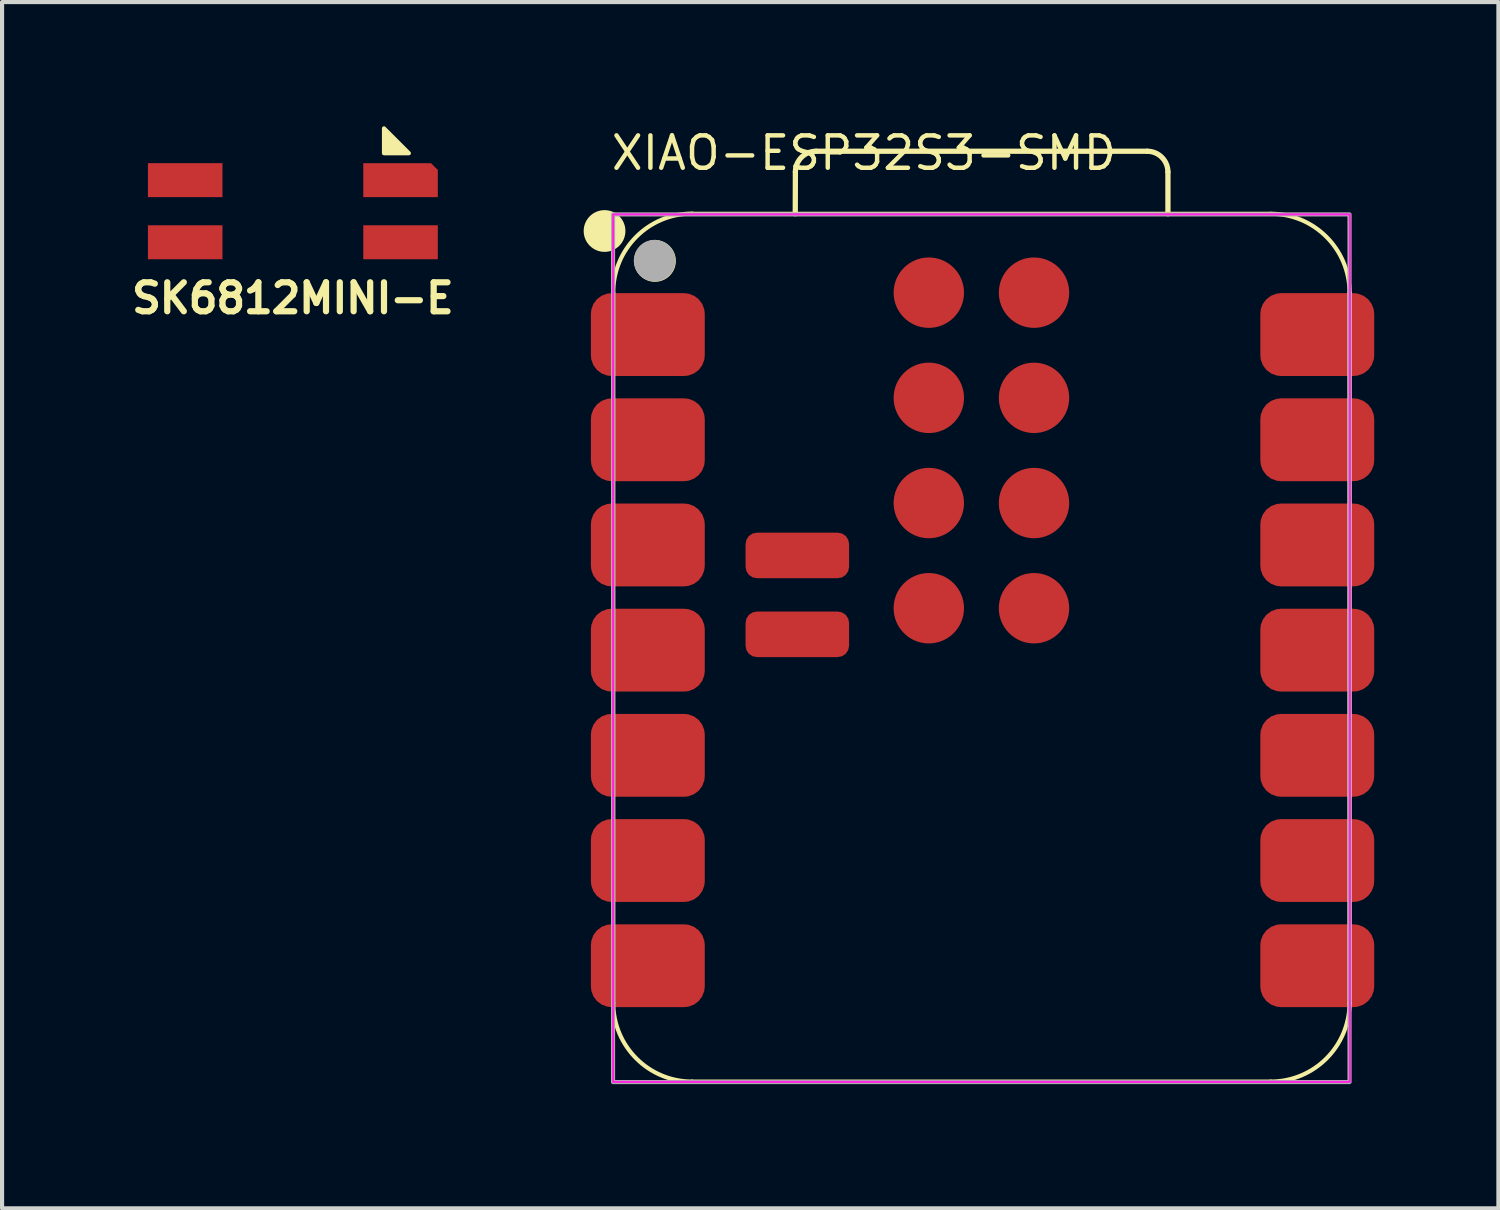
<source format=kicad_pcb>
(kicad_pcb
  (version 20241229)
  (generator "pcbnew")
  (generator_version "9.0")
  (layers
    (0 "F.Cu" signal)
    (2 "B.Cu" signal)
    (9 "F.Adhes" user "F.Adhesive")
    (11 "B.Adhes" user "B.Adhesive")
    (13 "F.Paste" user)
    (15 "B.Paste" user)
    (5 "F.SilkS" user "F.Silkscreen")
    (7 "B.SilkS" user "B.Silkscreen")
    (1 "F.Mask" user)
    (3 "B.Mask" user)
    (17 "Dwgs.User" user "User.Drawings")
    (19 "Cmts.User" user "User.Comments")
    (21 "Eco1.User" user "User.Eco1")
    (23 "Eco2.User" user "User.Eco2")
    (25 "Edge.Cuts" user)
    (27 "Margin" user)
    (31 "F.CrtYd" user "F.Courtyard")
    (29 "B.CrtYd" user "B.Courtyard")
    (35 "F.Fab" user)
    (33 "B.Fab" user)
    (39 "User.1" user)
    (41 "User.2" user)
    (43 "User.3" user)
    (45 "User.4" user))
  (footprint "SK6812MINI-E"
    (layer "F.Cu")
    (at 4.022 2.05)
    (property "Reference" "SK6812MINI-E" (at 0 2.1 0) (unlocked yes) (layer "F.SilkS") (effects (font (size 0.7 0.7) (thickness 0.15))))
    (attr through_hole)
    (fp_poly (pts (xy 2.8 -1.4) (xy 2.2 -1.4) (xy 2.2 -2)) (stroke (width 0.1) (type solid)) (fill yes) (layer "F.SilkS"))
    (pad "1" smd rect (at -2.6 -0.75) (size 1.8 0.82) (layers "F.Cu" "F.Mask" "F.Paste"))
    (pad "2" smd roundrect (at 2.6 -0.75) (size 1.8 0.82) (layers "F.Cu" "F.Mask" "F.Paste") (roundrect_rratio 0) (chamfer_ratio 0.2) (chamfer top_right))
    (pad "3" smd rect (at 2.6 0.75) (size 1.8 0.82) (layers "F.Cu" "F.Mask" "F.Paste"))
    (pad "4" smd rect (at -2.6 0.75) (size 1.8 0.82) (layers "F.Cu" "F.Mask" "F.Paste")))
  (footprint "XIAO-ESP32S3-SMD"
    (layer "F.Cu")
    (at 20.654 12.602)
    (property "Reference" "XIAO-ESP32S3-SMD" (at -9 -11.5 0) (layer "F.SilkS") (effects (font (size 0.782 0.782) (thickness 0.107)) (justify left bottom)))
    (fp_line (start -8.896 8.56) (end -8.896 -8.585) (stroke (width 0.1) (type solid)) (layer "F.SilkS"))
    (fp_line (start -6.991 10.465) (end 6.979 10.465) (stroke (width 0.1) (type solid)) (layer "F.SilkS"))
    (fp_line (start -4.501 -10.49) (end -4.498 -11.5) (stroke (width 0.127) (type solid)) (layer "F.SilkS"))
    (fp_line (start -3.998 -12) (end 3.998 -12) (stroke (width 0.127) (type solid)) (layer "F.SilkS"))
    (fp_line (start 4.498 -11.5) (end 4.498 -10.49) (stroke (width 0.127) (type solid)) (layer "F.SilkS"))
    (fp_line (start 6.979 -10.49) (end -6.991 -10.49) (stroke (width 0.1) (type solid)) (layer "F.SilkS"))
    (fp_line (start 8.884 8.56) (end 8.884 -8.585) (stroke (width 0.1) (type solid)) (layer "F.SilkS"))
    (fp_arc (start -8.896364 -8.589) (mid -8.338402 -9.936038) (end -6.991364 -10.494) (stroke (width 0.1) (type solid)) (layer "F.SilkS"))
    (fp_arc (start -6.991364 10.465) (mid -8.338402 9.907038) (end -8.896364 8.56) (stroke (width 0.1) (type solid)) (layer "F.SilkS"))
    (fp_arc (start -4.497636 -11.500272) (mid -4.351088 -11.853644) (end -3.997636 -12) (stroke (width 0.127) (type default)) (layer "F.SilkS"))
    (fp_arc (start 3.997636 -12) (mid 4.351189 -11.853553) (end 4.497636 -11.5) (stroke (width 0.127) (type default)) (layer "F.SilkS"))
    (fp_arc (start 6.978636 -10.49) (mid 8.325674 -9.932038) (end 8.883636 -8.585) (stroke (width 0.1) (type solid)) (layer "F.SilkS"))
    (fp_arc (start 8.883636 8.56) (mid 8.325674 9.907038) (end 6.978636 10.465) (stroke (width 0.1) (type solid)) (layer "F.SilkS"))
    (fp_circle (center -9.106 -10.074) (end -9.106 -10.328) (stroke (width 0.5) (type solid)) (fill yes) (layer "F.SilkS"))
    (fp_circle (center -7.889 -9.351) (end -7.889 -9.605) (stroke (width 0.5) (type solid)) (fill yes) (layer "F.SilkS"))
    (fp_rect (start -8.899 -10.475) (end 8.891 10.473) (stroke (width 0.05) (type default)) (fill no) (layer "F.CrtYd"))
    (fp_rect (start -8.901 -10.475) (end 8.883 10.476) (stroke (width 0.1) (type default)) (fill no) (layer "F.Fab"))
    (fp_circle (center -7.897 -9.358) (end -7.897 -9.612) (stroke (width 0.5) (type solid)) (fill no) (layer "F.Fab"))
    (pad "1" smd roundrect (at -8.061 -7.573) (size 2.75 2) (layers "F.Cu" "F.Mask" "F.Paste") (roundrect_rratio 0.25))
    (pad "2" smd roundrect (at -8.061 -5.033) (size 2.75 2) (layers "F.Cu" "F.Mask" "F.Paste") (roundrect_rratio 0.25))
    (pad "3" smd roundrect (at -8.061 -2.493) (size 2.75 2) (layers "F.Cu" "F.Mask" "F.Paste") (roundrect_rratio 0.25))
    (pad "4" smd roundrect (at -8.061 0.047) (size 2.75 2) (layers "F.Cu" "F.Mask" "F.Paste") (roundrect_rratio 0.25))
    (pad "5" smd roundrect (at -8.061 2.587) (size 2.75 2) (layers "F.Cu" "F.Mask" "F.Paste") (roundrect_rratio 0.25))
    (pad "6" smd roundrect (at -8.061 5.127) (size 2.75 2) (layers "F.Cu" "F.Mask" "F.Paste") (roundrect_rratio 0.25))
    (pad "7" smd roundrect (at -8.061 7.667) (size 2.75 2) (layers "F.Cu" "F.Mask" "F.Paste") (roundrect_rratio 0.25))
    (pad "8" smd roundrect (at 8.104 7.667) (size 2.75 2) (layers "F.Cu" "F.Mask" "F.Paste") (roundrect_rratio 0.25))
    (pad "9" smd roundrect (at 8.104 5.127) (size 2.75 2) (layers "F.Cu" "F.Mask" "F.Paste") (roundrect_rratio 0.25))
    (pad "10" smd roundrect (at 8.104 2.587) (size 2.75 2) (layers "F.Cu" "F.Mask" "F.Paste") (roundrect_rratio 0.25))
    (pad "11" smd roundrect (at 8.104 0.047) (size 2.75 2) (layers "F.Cu" "F.Mask" "F.Paste") (roundrect_rratio 0.25))
    (pad "12" smd roundrect (at 8.104 -2.493) (size 2.75 2) (layers "F.Cu" "F.Mask" "F.Paste") (roundrect_rratio 0.25))
    (pad "13" smd roundrect (at 8.104 -5.033) (size 2.75 2) (layers "F.Cu" "F.Mask" "F.Paste") (roundrect_rratio 0.25))
    (pad "14" smd roundrect (at 8.104 -7.573) (size 2.75 2) (layers "F.Cu" "F.Mask" "F.Paste") (roundrect_rratio 0.25))
    (pad "15" smd roundrect (at -4.451 -0.335 180) (size 2.5 1.1) (layers "F.Cu" "F.Mask" "F.Paste") (roundrect_rratio 0.25))
    (pad "16" smd roundrect (at -4.451 -2.24 180) (size 2.5 1.1) (layers "F.Cu" "F.Mask" "F.Paste") (roundrect_rratio 0.25))
    (pad "17" smd circle (at -1.276 -8.585) (size 1.7 1.7) (layers "F.Cu" "F.Mask" "F.Paste"))
    (pad "18" smd circle (at 1.264 -8.585) (size 1.7 1.7) (layers "F.Cu" "F.Mask" "F.Paste"))
    (pad "19" smd circle (at -1.276 -6.045) (size 1.7 1.7) (layers "F.Cu" "F.Mask" "F.Paste"))
    (pad "20" smd circle (at 1.264 -6.045) (size 1.7 1.7) (layers "F.Cu" "F.Mask" "F.Paste"))
    (pad "21" smd circle (at -1.276 -3.505) (size 1.7 1.7) (layers "F.Cu" "F.Mask" "F.Paste"))
    (pad "22" smd circle (at 1.264 -3.505) (size 1.7 1.7) (layers "F.Cu" "F.Mask" "F.Paste"))
    (pad "23" smd circle (at -1.276 -0.965) (size 1.7 1.7) (layers "F.Cu" "F.Mask" "F.Paste"))
    (pad "24" smd circle (at 1.264 -0.965) (size 1.7 1.7) (layers "F.Cu" "F.Mask" "F.Paste")))
  (gr_rect
    (start -3 -3)
    (end 33.132 26.128)
    (stroke (width 0.1) (type default))
    (fill no)
    (layer "Edge.Cuts")))
</source>
